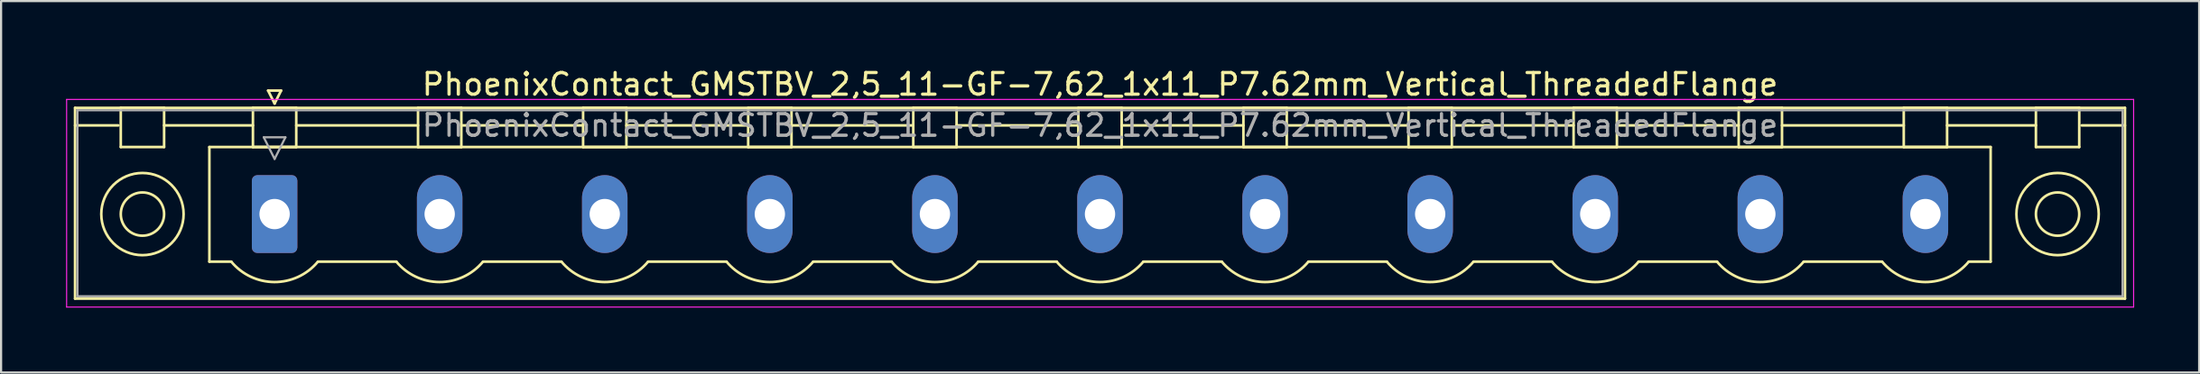
<source format=kicad_pcb>
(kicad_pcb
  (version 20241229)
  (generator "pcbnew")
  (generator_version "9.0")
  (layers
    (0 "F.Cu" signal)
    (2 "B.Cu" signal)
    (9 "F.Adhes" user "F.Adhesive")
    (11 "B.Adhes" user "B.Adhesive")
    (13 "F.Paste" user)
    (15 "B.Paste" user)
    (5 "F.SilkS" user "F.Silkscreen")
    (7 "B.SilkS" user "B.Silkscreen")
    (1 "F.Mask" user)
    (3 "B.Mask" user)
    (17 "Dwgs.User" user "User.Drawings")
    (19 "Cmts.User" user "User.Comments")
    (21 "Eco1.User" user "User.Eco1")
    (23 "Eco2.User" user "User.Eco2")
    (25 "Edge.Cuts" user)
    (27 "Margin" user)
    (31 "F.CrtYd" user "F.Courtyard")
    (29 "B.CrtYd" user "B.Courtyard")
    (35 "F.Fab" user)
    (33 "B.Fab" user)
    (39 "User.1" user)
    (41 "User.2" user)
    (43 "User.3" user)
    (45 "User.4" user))
  (footprint "PhoenixContact_GMSTBV_2,5_11-GF-7,62_1x11_P7.62mm_Vertical_ThreadedFlange"
    (layer "F.Cu")
    (at 9.625 6.848)
    (property "Reference" "PhoenixContact_GMSTBV_2,5_11-GF-7,62_1x11_P7.62mm_Vertical_ThreadedFlange" (at 38.1 -6 0) (layer "F.SilkS") (effects (font (size 1 1) (thickness 0.15))))
    (attr through_hole)
    (fp_line (start -9.21 -4.91) (end -9.21 3.91) (stroke (width 0.12) (type solid)) (layer "F.SilkS"))
    (fp_line (start -9.21 -4.1) (end -7.21 -4.1) (stroke (width 0.12) (type solid)) (layer "F.SilkS"))
    (fp_line (start -9.21 3.91) (end 85.41 3.91) (stroke (width 0.12) (type solid)) (layer "F.SilkS"))
    (fp_line (start -7.1 -4.91) (end -5.1 -4.91) (stroke (width 0.12) (type solid)) (layer "F.SilkS"))
    (fp_line (start -7.1 -3.1) (end -7.1 -4.91) (stroke (width 0.12) (type solid)) (layer "F.SilkS"))
    (fp_line (start -5.1 -4.91) (end -5.1 -3.1) (stroke (width 0.12) (type solid)) (layer "F.SilkS"))
    (fp_line (start -5.1 -4.1) (end -1 -4.1) (stroke (width 0.12) (type solid)) (layer "F.SilkS"))
    (fp_line (start -5.1 -3.1) (end -7.1 -3.1) (stroke (width 0.12) (type solid)) (layer "F.SilkS"))
    (fp_line (start -3.01 -3.1) (end 79.21 -3.1) (stroke (width 0.12) (type solid)) (layer "F.SilkS"))
    (fp_line (start -3.01 2.2) (end -3.01 -3.1) (stroke (width 0.12) (type solid)) (layer "F.SilkS"))
    (fp_line (start -2 2.2) (end -3.01 2.2) (stroke (width 0.12) (type solid)) (layer "F.SilkS"))
    (fp_line (start -1 -4.91) (end 1 -4.91) (stroke (width 0.12) (type solid)) (layer "F.SilkS"))
    (fp_line (start -1 -3.1) (end -1 -4.91) (stroke (width 0.12) (type solid)) (layer "F.SilkS"))
    (fp_line (start -0.3 -5.71) (end 0.3 -5.71) (stroke (width 0.12) (type solid)) (layer "F.SilkS"))
    (fp_line (start 0 -5.11) (end -0.3 -5.71) (stroke (width 0.12) (type solid)) (layer "F.SilkS"))
    (fp_line (start 0.3 -5.71) (end 0 -5.11) (stroke (width 0.12) (type solid)) (layer "F.SilkS"))
    (fp_line (start 1 -4.91) (end 1 -3.1) (stroke (width 0.12) (type solid)) (layer "F.SilkS"))
    (fp_line (start 1 -4.1) (end 6.62 -4.1) (stroke (width 0.12) (type solid)) (layer "F.SilkS"))
    (fp_line (start 1 -3.1) (end -1 -3.1) (stroke (width 0.12) (type solid)) (layer "F.SilkS"))
    (fp_line (start 2 2.2) (end 5.62 2.2) (stroke (width 0.12) (type solid)) (layer "F.SilkS"))
    (fp_line (start 6.62 -4.91) (end 8.62 -4.91) (stroke (width 0.12) (type solid)) (layer "F.SilkS"))
    (fp_line (start 6.62 -3.1) (end 6.62 -4.91) (stroke (width 0.12) (type solid)) (layer "F.SilkS"))
    (fp_line (start 8.62 -4.91) (end 8.62 -3.1) (stroke (width 0.12) (type solid)) (layer "F.SilkS"))
    (fp_line (start 8.62 -4.1) (end 14.24 -4.1) (stroke (width 0.12) (type solid)) (layer "F.SilkS"))
    (fp_line (start 8.62 -3.1) (end 6.62 -3.1) (stroke (width 0.12) (type solid)) (layer "F.SilkS"))
    (fp_line (start 9.62 2.2) (end 13.24 2.2) (stroke (width 0.12) (type solid)) (layer "F.SilkS"))
    (fp_line (start 14.24 -4.91) (end 16.24 -4.91) (stroke (width 0.12) (type solid)) (layer "F.SilkS"))
    (fp_line (start 14.24 -3.1) (end 14.24 -4.91) (stroke (width 0.12) (type solid)) (layer "F.SilkS"))
    (fp_line (start 16.24 -4.91) (end 16.24 -3.1) (stroke (width 0.12) (type solid)) (layer "F.SilkS"))
    (fp_line (start 16.24 -4.1) (end 21.86 -4.1) (stroke (width 0.12) (type solid)) (layer "F.SilkS"))
    (fp_line (start 16.24 -3.1) (end 14.24 -3.1) (stroke (width 0.12) (type solid)) (layer "F.SilkS"))
    (fp_line (start 17.24 2.2) (end 20.86 2.2) (stroke (width 0.12) (type solid)) (layer "F.SilkS"))
    (fp_line (start 21.86 -4.91) (end 23.86 -4.91) (stroke (width 0.12) (type solid)) (layer "F.SilkS"))
    (fp_line (start 21.86 -3.1) (end 21.86 -4.91) (stroke (width 0.12) (type solid)) (layer "F.SilkS"))
    (fp_line (start 23.86 -4.91) (end 23.86 -3.1) (stroke (width 0.12) (type solid)) (layer "F.SilkS"))
    (fp_line (start 23.86 -4.1) (end 29.48 -4.1) (stroke (width 0.12) (type solid)) (layer "F.SilkS"))
    (fp_line (start 23.86 -3.1) (end 21.86 -3.1) (stroke (width 0.12) (type solid)) (layer "F.SilkS"))
    (fp_line (start 24.86 2.2) (end 28.48 2.2) (stroke (width 0.12) (type solid)) (layer "F.SilkS"))
    (fp_line (start 29.48 -4.91) (end 31.48 -4.91) (stroke (width 0.12) (type solid)) (layer "F.SilkS"))
    (fp_line (start 29.48 -3.1) (end 29.48 -4.91) (stroke (width 0.12) (type solid)) (layer "F.SilkS"))
    (fp_line (start 31.48 -4.91) (end 31.48 -3.1) (stroke (width 0.12) (type solid)) (layer "F.SilkS"))
    (fp_line (start 31.48 -4.1) (end 37.1 -4.1) (stroke (width 0.12) (type solid)) (layer "F.SilkS"))
    (fp_line (start 31.48 -3.1) (end 29.48 -3.1) (stroke (width 0.12) (type solid)) (layer "F.SilkS"))
    (fp_line (start 32.48 2.2) (end 36.1 2.2) (stroke (width 0.12) (type solid)) (layer "F.SilkS"))
    (fp_line (start 37.1 -4.91) (end 39.1 -4.91) (stroke (width 0.12) (type solid)) (layer "F.SilkS"))
    (fp_line (start 37.1 -3.1) (end 37.1 -4.91) (stroke (width 0.12) (type solid)) (layer "F.SilkS"))
    (fp_line (start 39.1 -4.91) (end 39.1 -3.1) (stroke (width 0.12) (type solid)) (layer "F.SilkS"))
    (fp_line (start 39.1 -4.1) (end 44.72 -4.1) (stroke (width 0.12) (type solid)) (layer "F.SilkS"))
    (fp_line (start 39.1 -3.1) (end 37.1 -3.1) (stroke (width 0.12) (type solid)) (layer "F.SilkS"))
    (fp_line (start 40.1 2.2) (end 43.72 2.2) (stroke (width 0.12) (type solid)) (layer "F.SilkS"))
    (fp_line (start 44.72 -4.91) (end 46.72 -4.91) (stroke (width 0.12) (type solid)) (layer "F.SilkS"))
    (fp_line (start 44.72 -3.1) (end 44.72 -4.91) (stroke (width 0.12) (type solid)) (layer "F.SilkS"))
    (fp_line (start 46.72 -4.91) (end 46.72 -3.1) (stroke (width 0.12) (type solid)) (layer "F.SilkS"))
    (fp_line (start 46.72 -4.1) (end 52.34 -4.1) (stroke (width 0.12) (type solid)) (layer "F.SilkS"))
    (fp_line (start 46.72 -3.1) (end 44.72 -3.1) (stroke (width 0.12) (type solid)) (layer "F.SilkS"))
    (fp_line (start 47.72 2.2) (end 51.34 2.2) (stroke (width 0.12) (type solid)) (layer "F.SilkS"))
    (fp_line (start 52.34 -4.91) (end 54.34 -4.91) (stroke (width 0.12) (type solid)) (layer "F.SilkS"))
    (fp_line (start 52.34 -3.1) (end 52.34 -4.91) (stroke (width 0.12) (type solid)) (layer "F.SilkS"))
    (fp_line (start 54.34 -4.91) (end 54.34 -3.1) (stroke (width 0.12) (type solid)) (layer "F.SilkS"))
    (fp_line (start 54.34 -4.1) (end 59.96 -4.1) (stroke (width 0.12) (type solid)) (layer "F.SilkS"))
    (fp_line (start 54.34 -3.1) (end 52.34 -3.1) (stroke (width 0.12) (type solid)) (layer "F.SilkS"))
    (fp_line (start 55.34 2.2) (end 58.96 2.2) (stroke (width 0.12) (type solid)) (layer "F.SilkS"))
    (fp_line (start 59.96 -4.91) (end 61.96 -4.91) (stroke (width 0.12) (type solid)) (layer "F.SilkS"))
    (fp_line (start 59.96 -3.1) (end 59.96 -4.91) (stroke (width 0.12) (type solid)) (layer "F.SilkS"))
    (fp_line (start 61.96 -4.91) (end 61.96 -3.1) (stroke (width 0.12) (type solid)) (layer "F.SilkS"))
    (fp_line (start 61.96 -4.1) (end 67.58 -4.1) (stroke (width 0.12) (type solid)) (layer "F.SilkS"))
    (fp_line (start 61.96 -3.1) (end 59.96 -3.1) (stroke (width 0.12) (type solid)) (layer "F.SilkS"))
    (fp_line (start 62.96 2.2) (end 66.58 2.2) (stroke (width 0.12) (type solid)) (layer "F.SilkS"))
    (fp_line (start 67.58 -4.91) (end 69.58 -4.91) (stroke (width 0.12) (type solid)) (layer "F.SilkS"))
    (fp_line (start 67.58 -3.1) (end 67.58 -4.91) (stroke (width 0.12) (type solid)) (layer "F.SilkS"))
    (fp_line (start 69.58 -4.91) (end 69.58 -3.1) (stroke (width 0.12) (type solid)) (layer "F.SilkS"))
    (fp_line (start 69.58 -4.1) (end 75.2 -4.1) (stroke (width 0.12) (type solid)) (layer "F.SilkS"))
    (fp_line (start 69.58 -3.1) (end 67.58 -3.1) (stroke (width 0.12) (type solid)) (layer "F.SilkS"))
    (fp_line (start 70.58 2.2) (end 74.2 2.2) (stroke (width 0.12) (type solid)) (layer "F.SilkS"))
    (fp_line (start 75.2 -4.91) (end 77.2 -4.91) (stroke (width 0.12) (type solid)) (layer "F.SilkS"))
    (fp_line (start 75.2 -3.1) (end 75.2 -4.91) (stroke (width 0.12) (type solid)) (layer "F.SilkS"))
    (fp_line (start 77.2 -4.91) (end 77.2 -3.1) (stroke (width 0.12) (type solid)) (layer "F.SilkS"))
    (fp_line (start 77.2 -4.1) (end 81.3 -4.1) (stroke (width 0.12) (type solid)) (layer "F.SilkS"))
    (fp_line (start 77.2 -3.1) (end 75.2 -3.1) (stroke (width 0.12) (type solid)) (layer "F.SilkS"))
    (fp_line (start 79.21 -3.1) (end 79.21 2.2) (stroke (width 0.12) (type solid)) (layer "F.SilkS"))
    (fp_line (start 79.21 2.2) (end 78.2 2.2) (stroke (width 0.12) (type solid)) (layer "F.SilkS"))
    (fp_line (start 81.3 -4.91) (end 83.3 -4.91) (stroke (width 0.12) (type solid)) (layer "F.SilkS"))
    (fp_line (start 81.3 -3.1) (end 81.3 -4.91) (stroke (width 0.12) (type solid)) (layer "F.SilkS"))
    (fp_line (start 83.3 -4.91) (end 83.3 -3.1) (stroke (width 0.12) (type solid)) (layer "F.SilkS"))
    (fp_line (start 83.3 -3.1) (end 81.3 -3.1) (stroke (width 0.12) (type solid)) (layer "F.SilkS"))
    (fp_line (start 85.41 -4.91) (end -9.21 -4.91) (stroke (width 0.12) (type solid)) (layer "F.SilkS"))
    (fp_line (start 85.41 -4.1) (end 83.41 -4.1) (stroke (width 0.12) (type solid)) (layer "F.SilkS"))
    (fp_line (start 85.41 3.91) (end 85.41 -4.91) (stroke (width 0.12) (type solid)) (layer "F.SilkS"))
    (fp_arc (start 1.986842 2.215821) (mid -0.010289 3.142758) (end -2 2.2) (stroke (width 0.12) (type solid)) (layer "F.SilkS"))
    (fp_arc (start 9.606842 2.215821) (mid 7.609711 3.142758) (end 5.62 2.2) (stroke (width 0.12) (type solid)) (layer "F.SilkS"))
    (fp_arc (start 17.226842 2.215821) (mid 15.229711 3.142758) (end 13.24 2.2) (stroke (width 0.12) (type solid)) (layer "F.SilkS"))
    (fp_arc (start 24.846842 2.215821) (mid 22.849711 3.142758) (end 20.86 2.2) (stroke (width 0.12) (type solid)) (layer "F.SilkS"))
    (fp_arc (start 32.466842 2.215821) (mid 30.469711 3.142758) (end 28.48 2.2) (stroke (width 0.12) (type solid)) (layer "F.SilkS"))
    (fp_arc (start 40.086842 2.215821) (mid 38.089711 3.142758) (end 36.1 2.2) (stroke (width 0.12) (type solid)) (layer "F.SilkS"))
    (fp_arc (start 47.706842 2.215821) (mid 45.709711 3.142758) (end 43.72 2.2) (stroke (width 0.12) (type solid)) (layer "F.SilkS"))
    (fp_arc (start 55.326842 2.215821) (mid 53.329711 3.142758) (end 51.34 2.2) (stroke (width 0.12) (type solid)) (layer "F.SilkS"))
    (fp_arc (start 62.946842 2.215821) (mid 60.949711 3.142758) (end 58.96 2.2) (stroke (width 0.12) (type solid)) (layer "F.SilkS"))
    (fp_arc (start 70.566842 2.215821) (mid 68.569711 3.142758) (end 66.58 2.2) (stroke (width 0.12) (type solid)) (layer "F.SilkS"))
    (fp_arc (start 78.186842 2.215821) (mid 76.189711 3.142758) (end 74.2 2.2) (stroke (width 0.12) (type solid)) (layer "F.SilkS"))
    (fp_circle (center -6.1 0) (end -5.1 0) (stroke (width 0.12) (type solid)) (fill no) (layer "F.SilkS"))
    (fp_circle (center -6.1 0) (end -4.2 0) (stroke (width 0.12) (type solid)) (fill no) (layer "F.SilkS"))
    (fp_circle (center 82.3 0) (end 83.3 0) (stroke (width 0.12) (type solid)) (fill no) (layer "F.SilkS"))
    (fp_circle (center 82.3 0) (end 84.2 0) (stroke (width 0.12) (type solid)) (fill no) (layer "F.SilkS"))
    (fp_line (start -9.6 -5.3) (end -9.6 4.3) (stroke (width 0.05) (type solid)) (layer "F.CrtYd"))
    (fp_line (start -9.6 4.3) (end 85.81 4.3) (stroke (width 0.05) (type solid)) (layer "F.CrtYd"))
    (fp_line (start 85.81 -5.3) (end -9.6 -5.3) (stroke (width 0.05) (type solid)) (layer "F.CrtYd"))
    (fp_line (start 85.81 4.3) (end 85.81 -5.3) (stroke (width 0.05) (type solid)) (layer "F.CrtYd"))
    (fp_line (start -9.1 -4.8) (end -9.1 3.8) (stroke (width 0.1) (type solid)) (layer "F.Fab"))
    (fp_line (start -9.1 3.8) (end 85.3 3.8) (stroke (width 0.1) (type solid)) (layer "F.Fab"))
    (fp_line (start -0.5 -3.55) (end 0.5 -3.55) (stroke (width 0.1) (type solid)) (layer "F.Fab"))
    (fp_line (start 0 -2.55) (end -0.5 -3.55) (stroke (width 0.1) (type solid)) (layer "F.Fab"))
    (fp_line (start 0.5 -3.55) (end 0 -2.55) (stroke (width 0.1) (type solid)) (layer "F.Fab"))
    (fp_line (start 85.3 -4.8) (end -9.1 -4.8) (stroke (width 0.1) (type solid)) (layer "F.Fab"))
    (fp_line (start 85.3 3.8) (end 85.3 -4.8) (stroke (width 0.1) (type solid)) (layer "F.Fab"))
    (fp_text user "${REFERENCE}" (at 38.1 -4.1 0) (layer "F.Fab") (effects (font (size 1 1) (thickness 0.15))))
    (pad "1" thru_hole roundrect (at 0 0) (size 2.1 3.6) (drill 1.4) (layers "*.Cu" "*.Mask") (roundrect_rratio 0.119))
    (pad "2" thru_hole oval (at 7.62 0) (size 2.1 3.6) (drill 1.4) (layers "*.Cu" "*.Mask"))
    (pad "3" thru_hole oval (at 15.24 0) (size 2.1 3.6) (drill 1.4) (layers "*.Cu" "*.Mask"))
    (pad "4" thru_hole oval (at 22.86 0) (size 2.1 3.6) (drill 1.4) (layers "*.Cu" "*.Mask"))
    (pad "5" thru_hole oval (at 30.48 0) (size 2.1 3.6) (drill 1.4) (layers "*.Cu" "*.Mask"))
    (pad "6" thru_hole oval (at 38.1 0) (size 2.1 3.6) (drill 1.4) (layers "*.Cu" "*.Mask"))
    (pad "7" thru_hole oval (at 45.72 0) (size 2.1 3.6) (drill 1.4) (layers "*.Cu" "*.Mask"))
    (pad "8" thru_hole oval (at 53.34 0) (size 2.1 3.6) (drill 1.4) (layers "*.Cu" "*.Mask"))
    (pad "9" thru_hole oval (at 60.96 0) (size 2.1 3.6) (drill 1.4) (layers "*.Cu" "*.Mask"))
    (pad "10" thru_hole oval (at 68.58 0) (size 2.1 3.6) (drill 1.4) (layers "*.Cu" "*.Mask"))
    (pad "11" thru_hole oval (at 76.2 0) (size 2.1 3.6) (drill 1.4) (layers "*.Cu" "*.Mask")))
  (gr_rect
    (start -3 -3)
    (end 98.46 14.173)
    (stroke (width 0.1) (type default))
    (fill no)
    (layer "Edge.Cuts")))
</source>
